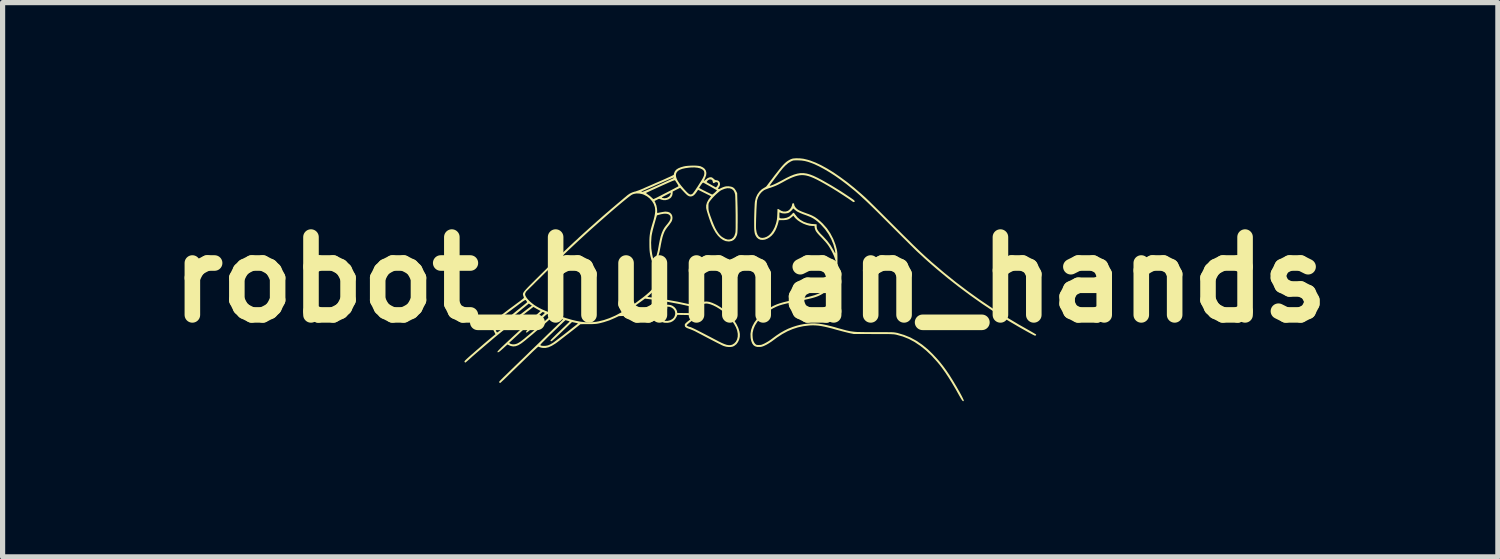
<source format=kicad_pcb>
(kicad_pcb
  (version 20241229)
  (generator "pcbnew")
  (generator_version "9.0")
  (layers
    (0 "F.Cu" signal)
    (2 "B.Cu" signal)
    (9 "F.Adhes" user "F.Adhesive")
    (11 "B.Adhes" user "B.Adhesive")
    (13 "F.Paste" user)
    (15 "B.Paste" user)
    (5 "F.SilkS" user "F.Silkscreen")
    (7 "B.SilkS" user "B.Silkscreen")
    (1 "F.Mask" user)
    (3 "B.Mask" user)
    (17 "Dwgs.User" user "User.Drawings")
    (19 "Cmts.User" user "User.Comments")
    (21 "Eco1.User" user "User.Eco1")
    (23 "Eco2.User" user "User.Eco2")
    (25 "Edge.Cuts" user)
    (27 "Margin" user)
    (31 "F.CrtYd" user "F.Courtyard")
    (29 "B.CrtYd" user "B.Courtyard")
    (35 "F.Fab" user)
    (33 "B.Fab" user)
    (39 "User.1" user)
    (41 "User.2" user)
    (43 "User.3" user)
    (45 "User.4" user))
  (footprint "robot_human_hands"
    (layer "F.Cu")
    (at 11.407 2.34)
    (property "Reference" "robot_human_hands" (at 0 0 0) (layer "F.SilkS") (effects (font (size 1.5 1.5) (thickness 0.3))))
    (attr board_only exclude_from_pos_files exclude_from_bom)
    (fp_poly (pts (xy 0.952 -2.339) (xy 1.024 -2.331) (xy 1.1 -2.313) (xy 1.155 -2.297) (xy 1.259 -2.257) (xy 1.369 -2.205) (xy 1.485 -2.141) (xy 1.607 -2.066) (xy 1.733 -1.979) (xy 1.865 -1.882) (xy 2 -1.774) (xy 2.139 -1.655) (xy 2.215 -1.587) (xy 2.233 -1.57) (xy 2.261 -1.543) (xy 2.297 -1.509) (xy 2.34 -1.466) (xy 2.389 -1.418) (xy 2.444 -1.363) (xy 2.503 -1.305) (xy 2.565 -1.243) (xy 2.629 -1.179) (xy 2.695 -1.113) (xy 2.696 -1.112) (xy 2.79 -1.018) (xy 2.875 -0.933) (xy 2.952 -0.856) (xy 3.021 -0.788) (xy 3.083 -0.727) (xy 3.139 -0.671) (xy 3.191 -0.621) (xy 3.239 -0.575) (xy 3.283 -0.533) (xy 3.325 -0.494) (xy 3.366 -0.456) (xy 3.407 -0.419) (xy 3.448 -0.383) (xy 3.49 -0.345) (xy 3.519 -0.32) (xy 3.74 -0.132) (xy 3.964 0.048) (xy 4.191 0.22) (xy 4.424 0.387) (xy 4.664 0.549) (xy 4.913 0.707) (xy 5.174 0.863) (xy 5.431 1.009) (xy 5.46 1.026) (xy 5.485 1.041) (xy 5.502 1.051) (xy 5.509 1.056) (xy 5.509 1.067) (xy 5.5 1.076) (xy 5.485 1.077) (xy 5.483 1.077) (xy 5.469 1.071) (xy 5.445 1.059) (xy 5.411 1.041) (xy 5.369 1.018) (xy 5.32 0.991) (xy 5.267 0.961) (xy 5.21 0.929) (xy 5.151 0.895) (xy 5.092 0.86) (xy 5.033 0.826) (xy 4.978 0.793) (xy 4.93 0.764) (xy 4.699 0.618) (xy 4.469 0.464) (xy 4.241 0.303) (xy 4.018 0.137) (xy 3.803 -0.032) (xy 3.599 -0.201) (xy 3.54 -0.252) (xy 3.512 -0.276) (xy 3.483 -0.301) (xy 3.459 -0.322) (xy 3.449 -0.331) (xy 3.427 -0.35) (xy 3.396 -0.378) (xy 3.358 -0.412) (xy 3.315 -0.452) (xy 3.267 -0.496) (xy 3.218 -0.541) (xy 3.205 -0.553) (xy 3.19 -0.568) (xy 3.165 -0.592) (xy 3.132 -0.625) (xy 3.091 -0.665) (xy 3.044 -0.712) (xy 2.991 -0.765) (xy 2.933 -0.822) (xy 2.871 -0.884) (xy 2.807 -0.948) (xy 2.74 -1.015) (xy 2.716 -1.039) (xy 2.621 -1.134) (xy 2.535 -1.22) (xy 2.457 -1.298) (xy 2.387 -1.367) (xy 2.323 -1.429) (xy 2.265 -1.485) (xy 2.212 -1.535) (xy 2.163 -1.58) (xy 2.118 -1.622) (xy 2.075 -1.66) (xy 2.033 -1.697) (xy 1.991 -1.732) (xy 1.972 -1.747) (xy 1.859 -1.838) (xy 1.746 -1.923) (xy 1.634 -2.002) (xy 1.525 -2.072) (xy 1.42 -2.134) (xy 1.32 -2.187) (xy 1.227 -2.23) (xy 1.181 -2.248) (xy 1.112 -2.272) (xy 1.049 -2.288) (xy 0.987 -2.297) (xy 0.923 -2.3) (xy 0.911 -2.3) (xy 0.875 -2.3) (xy 0.848 -2.299) (xy 0.828 -2.297) (xy 0.811 -2.291) (xy 0.792 -2.283) (xy 0.778 -2.276) (xy 0.733 -2.248) (xy 0.684 -2.207) (xy 0.632 -2.153) (xy 0.577 -2.086) (xy 0.567 -2.073) (xy 0.52 -2.01) (xy 0.48 -1.958) (xy 0.448 -1.915) (xy 0.423 -1.882) (xy 0.404 -1.856) (xy 0.39 -1.837) (xy 0.381 -1.824) (xy 0.376 -1.815) (xy 0.374 -1.812) (xy 0.375 -1.811) (xy 0.385 -1.81) (xy 0.405 -1.816) (xy 0.435 -1.827) (xy 0.472 -1.843) (xy 0.514 -1.863) (xy 0.559 -1.886) (xy 0.606 -1.911) (xy 0.613 -1.915) (xy 0.698 -1.961) (xy 0.775 -1.998) (xy 0.844 -2.026) (xy 0.908 -2.044) (xy 0.969 -2.054) (xy 1.029 -2.054) (xy 1.09 -2.045) (xy 1.154 -2.027) (xy 1.223 -2) (xy 1.3 -1.963) (xy 1.382 -1.92) (xy 1.571 -1.812) (xy 1.759 -1.696) (xy 1.845 -1.639) (xy 1.894 -1.606) (xy 1.933 -1.58) (xy 1.962 -1.56) (xy 1.983 -1.545) (xy 1.997 -1.534) (xy 2.006 -1.525) (xy 2.011 -1.519) (xy 2.012 -1.513) (xy 2.013 -1.508) (xy 2.008 -1.498) (xy 1.994 -1.496) (xy 1.976 -1.503) (xy 1.968 -1.509) (xy 1.95 -1.522) (xy 1.921 -1.542) (xy 1.885 -1.567) (xy 1.842 -1.595) (xy 1.797 -1.625) (xy 1.75 -1.655) (xy 1.704 -1.685) (xy 1.662 -1.712) (xy 1.624 -1.735) (xy 1.604 -1.748) (xy 1.508 -1.805) (xy 1.423 -1.854) (xy 1.347 -1.896) (xy 1.28 -1.931) (xy 1.221 -1.959) (xy 1.167 -1.981) (xy 1.12 -1.997) (xy 1.076 -2.008) (xy 1.036 -2.014) (xy 0.997 -2.016) (xy 0.96 -2.013) (xy 0.948 -2.012) (xy 0.908 -2.004) (xy 0.865 -1.992) (xy 0.819 -1.975) (xy 0.766 -1.952) (xy 0.705 -1.922) (xy 0.635 -1.884) (xy 0.632 -1.882) (xy 0.578 -1.853) (xy 0.534 -1.83) (xy 0.495 -1.812) (xy 0.458 -1.797) (xy 0.42 -1.783) (xy 0.397 -1.775) (xy 0.358 -1.763) (xy 0.322 -1.749) (xy 0.291 -1.737) (xy 0.27 -1.727) (xy 0.267 -1.726) (xy 0.222 -1.691) (xy 0.184 -1.646) (xy 0.153 -1.591) (xy 0.133 -1.532) (xy 0.131 -1.514) (xy 0.128 -1.484) (xy 0.125 -1.444) (xy 0.122 -1.395) (xy 0.119 -1.341) (xy 0.117 -1.284) (xy 0.115 -1.225) (xy 0.113 -1.167) (xy 0.112 -1.112) (xy 0.111 -1.063) (xy 0.111 -1.021) (xy 0.112 -0.99) (xy 0.113 -0.974) (xy 0.123 -0.914) (xy 0.14 -0.867) (xy 0.163 -0.833) (xy 0.193 -0.812) (xy 0.229 -0.805) (xy 0.271 -0.81) (xy 0.317 -0.827) (xy 0.361 -0.855) (xy 0.402 -0.896) (xy 0.439 -0.949) (xy 0.471 -1.011) (xy 0.496 -1.081) (xy 0.501 -1.1) (xy 0.507 -1.124) (xy 0.512 -1.147) (xy 0.515 -1.17) (xy 0.518 -1.197) (xy 0.52 -1.229) (xy 0.521 -1.244) (xy 0.562 -1.244) (xy 0.562 -1.216) (xy 0.563 -1.199) (xy 0.567 -1.19) (xy 0.574 -1.186) (xy 0.58 -1.184) (xy 0.597 -1.182) (xy 0.623 -1.182) (xy 0.649 -1.183) (xy 0.704 -1.194) (xy 0.753 -1.217) (xy 0.794 -1.252) (xy 0.8 -1.26) (xy 0.816 -1.277) (xy 0.829 -1.288) (xy 0.835 -1.291) (xy 0.844 -1.285) (xy 0.857 -1.27) (xy 0.868 -1.254) (xy 0.911 -1.2) (xy 0.965 -1.154) (xy 1.029 -1.117) (xy 1.1 -1.091) (xy 1.176 -1.075) (xy 1.207 -1.073) (xy 1.279 -1.068) (xy 1.28 -1.028) (xy 1.282 -1.003) (xy 1.288 -0.979) (xy 1.299 -0.956) (xy 1.317 -0.93) (xy 1.342 -0.899) (xy 1.377 -0.863) (xy 1.403 -0.837) (xy 1.482 -0.751) (xy 1.548 -0.664) (xy 1.601 -0.574) (xy 1.613 -0.552) (xy 1.624 -0.53) (xy 1.634 -0.515) (xy 1.639 -0.509) (xy 1.639 -0.51) (xy 1.639 -0.52) (xy 1.636 -0.541) (xy 1.632 -0.568) (xy 1.63 -0.578) (xy 1.602 -0.682) (xy 1.56 -0.784) (xy 1.506 -0.882) (xy 1.441 -0.974) (xy 1.365 -1.059) (xy 1.348 -1.076) (xy 1.3 -1.119) (xy 1.257 -1.153) (xy 1.214 -1.181) (xy 1.167 -1.206) (xy 1.112 -1.228) (xy 1.076 -1.242) (xy 1.017 -1.263) (xy 0.971 -1.282) (xy 0.934 -1.299) (xy 0.904 -1.314) (xy 0.88 -1.331) (xy 0.858 -1.349) (xy 0.856 -1.351) (xy 0.839 -1.365) (xy 0.828 -1.373) (xy 0.824 -1.373) (xy 0.819 -1.361) (xy 0.805 -1.343) (xy 0.786 -1.324) (xy 0.765 -1.306) (xy 0.746 -1.293) (xy 0.741 -1.29) (xy 0.714 -1.282) (xy 0.68 -1.277) (xy 0.646 -1.277) (xy 0.614 -1.28) (xy 0.591 -1.287) (xy 0.591 -1.287) (xy 0.576 -1.295) (xy 0.567 -1.298) (xy 0.564 -1.291) (xy 0.562 -1.274) (xy 0.562 -1.249) (xy 0.562 -1.244) (xy 0.521 -1.244) (xy 0.522 -1.269) (xy 0.524 -1.32) (xy 0.525 -1.358) (xy 0.53 -1.364) (xy 0.543 -1.361) (xy 0.561 -1.351) (xy 0.566 -1.347) (xy 0.605 -1.324) (xy 0.646 -1.313) (xy 0.688 -1.314) (xy 0.727 -1.327) (xy 0.732 -1.33) (xy 0.763 -1.356) (xy 0.788 -1.39) (xy 0.804 -1.428) (xy 0.806 -1.441) (xy 0.81 -1.461) (xy 0.817 -1.471) (xy 0.827 -1.473) (xy 0.829 -1.473) (xy 0.842 -1.47) (xy 0.846 -1.458) (xy 0.846 -1.454) (xy 0.852 -1.427) (xy 0.868 -1.398) (xy 0.892 -1.371) (xy 0.917 -1.351) (xy 0.934 -1.34) (xy 0.955 -1.33) (xy 0.979 -1.319) (xy 1.011 -1.306) (xy 1.051 -1.291) (xy 1.102 -1.272) (xy 1.129 -1.263) (xy 1.189 -1.238) (xy 1.245 -1.208) (xy 1.299 -1.17) (xy 1.354 -1.123) (xy 1.397 -1.082) (xy 1.477 -0.992) (xy 1.544 -0.893) (xy 1.6 -0.786) (xy 1.644 -0.672) (xy 1.667 -0.587) (xy 1.672 -0.562) (xy 1.676 -0.536) (xy 1.679 -0.505) (xy 1.68 -0.468) (xy 1.681 -0.42) (xy 1.681 -0.383) (xy 1.681 -0.331) (xy 1.68 -0.291) (xy 1.679 -0.26) (xy 1.676 -0.234) (xy 1.673 -0.21) (xy 1.667 -0.185) (xy 1.661 -0.16) (xy 1.63 -0.055) (xy 1.591 0.038) (xy 1.547 0.119) (xy 1.496 0.186) (xy 1.438 0.241) (xy 1.388 0.275) (xy 1.362 0.29) (xy 1.336 0.303) (xy 1.31 0.315) (xy 1.282 0.326) (xy 1.25 0.337) (xy 1.214 0.348) (xy 1.172 0.359) (xy 1.122 0.371) (xy 1.064 0.384) (xy 0.996 0.398) (xy 0.917 0.414) (xy 0.825 0.432) (xy 0.784 0.441) (xy 0.698 0.459) (xy 0.623 0.478) (xy 0.557 0.498) (xy 0.498 0.522) (xy 0.443 0.549) (xy 0.388 0.582) (xy 0.335 0.618) (xy 0.256 0.68) (xy 0.189 0.746) (xy 0.134 0.814) (xy 0.091 0.883) (xy 0.062 0.953) (xy 0.046 1.023) (xy 0.044 1.065) (xy 0.048 1.126) (xy 0.059 1.176) (xy 0.079 1.215) (xy 0.091 1.231) (xy 0.105 1.245) (xy 0.117 1.253) (xy 0.132 1.257) (xy 0.155 1.258) (xy 0.166 1.258) (xy 0.191 1.257) (xy 0.211 1.255) (xy 0.231 1.248) (xy 0.256 1.238) (xy 0.285 1.224) (xy 0.322 1.203) (xy 0.363 1.178) (xy 0.402 1.151) (xy 0.419 1.138) (xy 0.503 1.076) (xy 0.581 1.024) (xy 0.657 0.981) (xy 0.732 0.944) (xy 0.812 0.913) (xy 0.838 0.904) (xy 0.903 0.884) (xy 0.963 0.869) (xy 1.023 0.857) (xy 1.091 0.848) (xy 1.112 0.845) (xy 1.179 0.841) (xy 1.247 0.841) (xy 1.319 0.847) (xy 1.397 0.859) (xy 1.482 0.877) (xy 1.578 0.901) (xy 1.63 0.915) (xy 1.698 0.935) (xy 1.757 0.951) (xy 1.808 0.965) (xy 1.853 0.977) (xy 1.894 0.986) (xy 1.933 0.994) (xy 1.971 0.999) (xy 2.011 1.004) (xy 2.055 1.007) (xy 2.103 1.008) (xy 2.159 1.009) (xy 2.223 1.01) (xy 2.299 1.01) (xy 2.387 1.01) (xy 2.392 1.01) (xy 2.476 1.01) (xy 2.547 1.01) (xy 2.605 1.01) (xy 2.654 1.011) (xy 2.694 1.011) (xy 2.726 1.012) (xy 2.751 1.013) (xy 2.772 1.015) (xy 2.79 1.017) (xy 2.806 1.02) (xy 2.821 1.023) (xy 2.837 1.026) (xy 2.837 1.026) (xy 2.964 1.064) (xy 3.085 1.113) (xy 3.201 1.176) (xy 3.313 1.252) (xy 3.421 1.341) (xy 3.437 1.356) (xy 3.511 1.428) (xy 3.58 1.501) (xy 3.647 1.577) (xy 3.711 1.657) (xy 3.775 1.744) (xy 3.839 1.838) (xy 3.904 1.942) (xy 3.972 2.056) (xy 4.044 2.182) (xy 4.05 2.194) (xy 4.071 2.233) (xy 4.089 2.268) (xy 4.103 2.298) (xy 4.113 2.319) (xy 4.116 2.33) (xy 4.115 2.33) (xy 4.109 2.34) (xy 4.101 2.341) (xy 4.091 2.333) (xy 4.076 2.314) (xy 4.057 2.284) (xy 4.033 2.242) (xy 4.026 2.23) (xy 3.955 2.103) (xy 3.888 1.99) (xy 3.824 1.887) (xy 3.763 1.794) (xy 3.704 1.711) (xy 3.645 1.634) (xy 3.599 1.579) (xy 3.494 1.463) (xy 3.387 1.362) (xy 3.278 1.275) (xy 3.168 1.201) (xy 3.056 1.141) (xy 2.941 1.095) (xy 2.823 1.062) (xy 2.814 1.06) (xy 2.799 1.057) (xy 2.782 1.054) (xy 2.763 1.052) (xy 2.74 1.051) (xy 2.712 1.049) (xy 2.677 1.048) (xy 2.634 1.048) (xy 2.582 1.047) (xy 2.519 1.047) (xy 2.443 1.047) (xy 2.374 1.047) (xy 1.995 1.046) (xy 1.903 1.027) (xy 1.866 1.018) (xy 1.819 1.006) (xy 1.767 0.993) (xy 1.713 0.978) (xy 1.67 0.967) (xy 1.579 0.941) (xy 1.499 0.921) (xy 1.43 0.905) (xy 1.367 0.893) (xy 1.311 0.885) (xy 1.258 0.881) (xy 1.207 0.879) (xy 1.156 0.881) (xy 1.131 0.883) (xy 1.022 0.896) (xy 0.918 0.919) (xy 0.818 0.951) (xy 0.719 0.993) (xy 0.619 1.047) (xy 0.518 1.113) (xy 0.434 1.175) (xy 0.398 1.2) (xy 0.357 1.227) (xy 0.318 1.25) (xy 0.3 1.259) (xy 0.265 1.276) (xy 0.238 1.286) (xy 0.214 1.293) (xy 0.187 1.296) (xy 0.18 1.296) (xy 0.132 1.295) (xy 0.093 1.283) (xy 0.062 1.261) (xy 0.038 1.227) (xy 0.02 1.181) (xy 0.008 1.122) (xy 0.008 1.118) (xy 0.005 1.045) (xy 0.016 0.971) (xy 0.041 0.898) (xy 0.08 0.825) (xy 0.132 0.754) (xy 0.196 0.685) (xy 0.267 0.623) (xy 0.317 0.584) (xy 0.365 0.551) (xy 0.412 0.522) (xy 0.461 0.497) (xy 0.513 0.475) (xy 0.57 0.455) (xy 0.634 0.436) (xy 0.707 0.418) (xy 0.791 0.399) (xy 0.888 0.381) (xy 0.893 0.38) (xy 0.999 0.359) (xy 1.091 0.339) (xy 1.171 0.318) (xy 1.24 0.298) (xy 1.3 0.276) (xy 1.351 0.253) (xy 1.394 0.227) (xy 1.431 0.2) (xy 1.464 0.169) (xy 1.492 0.135) (xy 1.502 0.12) (xy 1.533 0.07) (xy 1.562 0.009) (xy 1.588 -0.058) (xy 1.611 -0.128) (xy 1.63 -0.198) (xy 1.642 -0.263) (xy 1.648 -0.321) (xy 1.648 -0.332) (xy 1.644 -0.365) (xy 1.632 -0.407) (xy 1.614 -0.456) (xy 1.59 -0.509) (xy 1.562 -0.564) (xy 1.531 -0.618) (xy 1.502 -0.663) (xy 1.482 -0.69) (xy 1.454 -0.724) (xy 1.421 -0.761) (xy 1.387 -0.798) (xy 1.369 -0.817) (xy 1.328 -0.859) (xy 1.297 -0.894) (xy 1.274 -0.923) (xy 1.259 -0.949) (xy 1.249 -0.974) (xy 1.243 -0.999) (xy 1.242 -1.003) (xy 1.238 -1.036) (xy 1.197 -1.036) (xy 1.141 -1.041) (xy 1.082 -1.057) (xy 1.022 -1.08) (xy 0.965 -1.111) (xy 0.913 -1.146) (xy 0.87 -1.185) (xy 0.844 -1.217) (xy 0.832 -1.234) (xy 0.801 -1.208) (xy 0.768 -1.182) (xy 0.738 -1.165) (xy 0.704 -1.154) (xy 0.665 -1.149) (xy 0.627 -1.148) (xy 0.551 -1.147) (xy 0.545 -1.118) (xy 0.531 -1.066) (xy 0.511 -1.009) (xy 0.487 -0.954) (xy 0.482 -0.945) (xy 0.451 -0.894) (xy 0.413 -0.85) (xy 0.372 -0.816) (xy 0.328 -0.79) (xy 0.284 -0.773) (xy 0.24 -0.767) (xy 0.199 -0.77) (xy 0.162 -0.785) (xy 0.13 -0.811) (xy 0.115 -0.832) (xy 0.104 -0.851) (xy 0.095 -0.87) (xy 0.088 -0.892) (xy 0.083 -0.918) (xy 0.079 -0.949) (xy 0.077 -0.987) (xy 0.076 -1.033) (xy 0.076 -1.09) (xy 0.076 -1.159) (xy 0.077 -1.211) (xy 0.079 -1.285) (xy 0.081 -1.351) (xy 0.084 -1.41) (xy 0.086 -1.457) (xy 0.089 -1.493) (xy 0.092 -1.513) (xy 0.109 -1.581) (xy 0.138 -1.643) (xy 0.177 -1.698) (xy 0.224 -1.743) (xy 0.264 -1.768) (xy 0.286 -1.781) (xy 0.303 -1.792) (xy 0.31 -1.798) (xy 0.316 -1.806) (xy 0.33 -1.824) (xy 0.35 -1.851) (xy 0.374 -1.883) (xy 0.402 -1.92) (xy 0.416 -1.937) (xy 0.471 -2.011) (xy 0.52 -2.073) (xy 0.562 -2.126) (xy 0.598 -2.17) (xy 0.63 -2.207) (xy 0.659 -2.237) (xy 0.685 -2.261) (xy 0.709 -2.28) (xy 0.733 -2.296) (xy 0.758 -2.31) (xy 0.765 -2.314) (xy 0.791 -2.325) (xy 0.814 -2.333) (xy 0.84 -2.337) (xy 0.874 -2.339) (xy 0.88 -2.34)) (stroke (width 0) (type solid)) (fill yes) (layer "F.SilkS"))
    (fp_poly (pts (xy -1.042 -2.198) (xy -0.999 -2.194) (xy -0.965 -2.188) (xy -0.958 -2.186) (xy -0.91 -2.163) (xy -0.875 -2.134) (xy -0.854 -2.099) (xy -0.845 -2.058) (xy -0.85 -2.012) (xy -0.869 -1.962) (xy -0.87 -1.959) (xy -0.881 -1.935) (xy -0.888 -1.916) (xy -0.889 -1.907) (xy -0.888 -1.906) (xy -0.88 -1.909) (xy -0.866 -1.92) (xy -0.853 -1.932) (xy -0.823 -1.956) (xy -0.79 -1.971) (xy -0.758 -1.975) (xy -0.747 -1.973) (xy -0.729 -1.965) (xy -0.709 -1.949) (xy -0.703 -1.943) (xy -0.683 -1.926) (xy -0.663 -1.918) (xy -0.655 -1.918) (xy -0.624 -1.912) (xy -0.602 -1.896) (xy -0.587 -1.872) (xy -0.582 -1.843) (xy -0.587 -1.813) (xy -0.603 -1.784) (xy -0.609 -1.777) (xy -0.62 -1.764) (xy -0.621 -1.757) (xy -0.614 -1.751) (xy -0.613 -1.751) (xy -0.597 -1.748) (xy -0.585 -1.754) (xy -0.57 -1.762) (xy -0.547 -1.773) (xy -0.52 -1.784) (xy -0.52 -1.784) (xy -0.49 -1.794) (xy -0.465 -1.799) (xy -0.437 -1.8) (xy -0.414 -1.8) (xy -0.367 -1.793) (xy -0.331 -1.779) (xy -0.303 -1.755) (xy -0.279 -1.72) (xy -0.274 -1.711) (xy -0.252 -1.668) (xy -0.246 -1.459) (xy -0.244 -1.392) (xy -0.243 -1.319) (xy -0.242 -1.242) (xy -0.242 -1.169) (xy -0.242 -1.102) (xy -0.243 -1.068) (xy -0.243 -1.011) (xy -0.244 -0.967) (xy -0.246 -0.933) (xy -0.247 -0.907) (xy -0.25 -0.887) (xy -0.253 -0.872) (xy -0.257 -0.858) (xy -0.262 -0.846) (xy -0.286 -0.8) (xy -0.318 -0.767) (xy -0.357 -0.746) (xy -0.405 -0.737) (xy -0.419 -0.737) (xy -0.472 -0.744) (xy -0.523 -0.765) (xy -0.573 -0.8) (xy -0.621 -0.847) (xy -0.667 -0.908) (xy -0.709 -0.981) (xy -0.742 -1.05) (xy -0.757 -1.088) (xy -0.774 -1.133) (xy -0.791 -1.182) (xy -0.807 -1.231) (xy -0.822 -1.279) (xy -0.835 -1.322) (xy -0.844 -1.357) (xy -0.849 -1.382) (xy -0.849 -1.383) (xy -0.849 -1.411) (xy -0.805 -1.411) (xy -0.805 -1.401) (xy -0.805 -1.374) (xy -0.803 -1.351) (xy -0.8 -1.329) (xy -0.794 -1.305) (xy -0.784 -1.276) (xy -0.771 -1.237) (xy -0.764 -1.218) (xy -0.732 -1.131) (xy -0.702 -1.056) (xy -0.674 -0.994) (xy -0.645 -0.942) (xy -0.617 -0.899) (xy -0.588 -0.863) (xy -0.557 -0.834) (xy -0.53 -0.815) (xy -0.481 -0.788) (xy -0.436 -0.774) (xy -0.395 -0.775) (xy -0.356 -0.788) (xy -0.354 -0.79) (xy -0.325 -0.814) (xy -0.303 -0.851) (xy -0.288 -0.898) (xy -0.284 -0.92) (xy -0.283 -0.938) (xy -0.282 -0.969) (xy -0.281 -1.01) (xy -0.281 -1.061) (xy -0.281 -1.118) (xy -0.281 -1.18) (xy -0.281 -1.245) (xy -0.282 -1.312) (xy -0.283 -1.377) (xy -0.284 -1.44) (xy -0.285 -1.498) (xy -0.287 -1.55) (xy -0.288 -1.593) (xy -0.29 -1.626) (xy -0.292 -1.646) (xy -0.292 -1.648) (xy -0.306 -1.692) (xy -0.328 -1.727) (xy -0.36 -1.75) (xy -0.398 -1.762) (xy -0.443 -1.763) (xy -0.493 -1.752) (xy -0.548 -1.73) (xy -0.569 -1.719) (xy -0.593 -1.702) (xy -0.624 -1.676) (xy -0.659 -1.645) (xy -0.694 -1.61) (xy -0.727 -1.575) (xy -0.756 -1.541) (xy -0.778 -1.513) (xy -0.778 -1.512) (xy -0.791 -1.492) (xy -0.799 -1.477) (xy -0.803 -1.461) (xy -0.805 -1.441) (xy -0.805 -1.411) (xy -0.849 -1.411) (xy -0.849 -1.434) (xy -0.834 -1.486) (xy -0.806 -1.539) (xy -0.792 -1.559) (xy -0.754 -1.609) (xy -0.88 -1.671) (xy -1.005 -1.733) (xy -1.037 -1.685) (xy -1.066 -1.647) (xy -1.094 -1.622) (xy -1.122 -1.608) (xy -1.148 -1.604) (xy -1.168 -1.606) (xy -1.187 -1.612) (xy -1.207 -1.624) (xy -1.23 -1.643) (xy -1.258 -1.671) (xy -1.287 -1.702) (xy -1.351 -1.771) (xy -1.423 -1.735) (xy -1.495 -1.698) (xy -1.495 -1.669) (xy -1.502 -1.627) (xy -1.521 -1.591) (xy -1.542 -1.57) (xy -1.582 -1.546) (xy -1.627 -1.534) (xy -1.675 -1.534) (xy -1.721 -1.546) (xy -1.729 -1.55) (xy -1.743 -1.556) (xy -1.755 -1.558) (xy -1.768 -1.555) (xy -1.787 -1.546) (xy -1.8 -1.539) (xy -1.845 -1.517) (xy -1.831 -1.489) (xy -1.808 -1.429) (xy -1.796 -1.365) (xy -1.794 -1.332) (xy -1.794 -1.306) (xy -1.792 -1.291) (xy -1.789 -1.285) (xy -1.782 -1.286) (xy -1.778 -1.287) (xy -1.756 -1.292) (xy -1.726 -1.298) (xy -1.694 -1.304) (xy -1.663 -1.309) (xy -1.639 -1.312) (xy -1.63 -1.312) (xy -1.584 -1.307) (xy -1.547 -1.291) (xy -1.52 -1.265) (xy -1.503 -1.231) (xy -1.498 -1.191) (xy -1.502 -1.162) (xy -1.506 -1.146) (xy -1.512 -1.13) (xy -1.521 -1.113) (xy -1.535 -1.093) (xy -1.554 -1.066) (xy -1.581 -1.032) (xy -1.604 -1.003) (xy -1.629 -0.967) (xy -1.652 -0.926) (xy -1.672 -0.877) (xy -1.69 -0.82) (xy -1.706 -0.753) (xy -1.722 -0.674) (xy -1.728 -0.638) (xy -1.747 -0.541) (xy -1.769 -0.457) (xy -1.793 -0.387) (xy -1.808 -0.355) (xy -1.835 -0.297) (xy -1.811 -0.221) (xy -1.793 -0.157) (xy -1.78 -0.104) (xy -1.774 -0.057) (xy -1.773 -0.014) (xy -1.774 0.003) (xy -1.785 0.068) (xy -1.808 0.13) (xy -1.844 0.188) (xy -1.892 0.246) (xy -1.926 0.279) (xy -1.984 0.332) (xy -1.887 0.344) (xy -1.641 0.38) (xy -1.397 0.424) (xy -1.153 0.476) (xy -1.099 0.488) (xy -1.058 0.497) (xy -1.028 0.503) (xy -1.007 0.506) (xy -0.994 0.507) (xy -0.987 0.505) (xy -0.986 0.503) (xy -0.979 0.492) (xy -0.965 0.476) (xy -0.952 0.462) (xy -0.92 0.437) (xy -0.882 0.423) (xy -0.839 0.42) (xy -0.789 0.427) (xy -0.732 0.446) (xy -0.666 0.476) (xy -0.632 0.494) (xy -0.571 0.531) (xy -0.516 0.57) (xy -0.461 0.616) (xy -0.438 0.638) (xy -0.37 0.709) (xy -0.312 0.782) (xy -0.265 0.856) (xy -0.23 0.929) (xy -0.208 0.999) (xy -0.2 1.045) (xy -0.201 1.099) (xy -0.213 1.151) (xy -0.235 1.199) (xy -0.265 1.241) (xy -0.303 1.272) (xy -0.334 1.288) (xy -0.371 1.296) (xy -0.416 1.297) (xy -0.464 1.291) (xy -0.51 1.278) (xy -0.525 1.272) (xy -0.549 1.261) (xy -0.584 1.243) (xy -0.632 1.219) (xy -0.69 1.189) (xy -0.758 1.154) (xy -0.835 1.114) (xy -0.922 1.068) (xy -1.016 1.019) (xy -1.04 1.006) (xy -1.077 0.987) (xy -1.119 0.969) (xy -1.159 0.953) (xy -1.17 0.949) (xy -1.209 0.935) (xy -1.235 0.922) (xy -1.251 0.909) (xy -1.259 0.895) (xy -1.261 0.879) (xy -1.261 0.879) (xy -1.225 0.879) (xy -1.219 0.887) (xy -1.204 0.896) (xy -1.184 0.905) (xy -1.165 0.91) (xy -1.156 0.912) (xy -1.145 0.915) (xy -1.123 0.925) (xy -1.09 0.94) (xy -1.047 0.961) (xy -0.996 0.987) (xy -0.937 1.017) (xy -0.872 1.051) (xy -0.824 1.076) (xy -0.778 1.1) (xy -0.728 1.126) (xy -0.679 1.152) (xy -0.636 1.174) (xy -0.616 1.185) (xy -0.552 1.217) (xy -0.499 1.24) (xy -0.453 1.255) (xy -0.414 1.261) (xy -0.381 1.261) (xy -0.351 1.253) (xy -0.347 1.252) (xy -0.307 1.227) (xy -0.275 1.192) (xy -0.253 1.149) (xy -0.241 1.099) (xy -0.24 1.043) (xy -0.251 0.984) (xy -0.255 0.969) (xy -0.276 0.915) (xy -0.309 0.856) (xy -0.35 0.794) (xy -0.4 0.732) (xy -0.437 0.69) (xy -0.485 0.644) (xy -0.539 0.599) (xy -0.597 0.559) (xy -0.655 0.524) (xy -0.713 0.495) (xy -0.767 0.474) (xy -0.815 0.462) (xy -0.843 0.459) (xy -0.874 0.461) (xy -0.899 0.469) (xy -0.92 0.483) (xy -0.939 0.505) (xy -0.957 0.539) (xy -0.977 0.584) (xy -0.981 0.594) (xy -1.007 0.65) (xy -1.039 0.7) (xy -1.079 0.747) (xy -1.13 0.795) (xy -1.167 0.824) (xy -1.191 0.844) (xy -1.211 0.862) (xy -1.223 0.874) (xy -1.225 0.879) (xy -1.261 0.879) (xy -1.261 0.866) (xy -1.257 0.855) (xy -1.249 0.844) (xy -1.235 0.83) (xy -1.213 0.811) (xy -1.181 0.786) (xy -1.141 0.754) (xy -1.111 0.728) (xy -1.091 0.707) (xy -1.081 0.693) (xy -1.082 0.688) (xy -1.09 0.687) (xy -1.111 0.685) (xy -1.142 0.683) (xy -1.181 0.682) (xy -1.226 0.68) (xy -1.245 0.68) (xy -1.404 0.677) (xy -1.42 0.713) (xy -1.449 0.76) (xy -1.486 0.795) (xy -1.531 0.819) (xy -1.585 0.83) (xy -1.61 0.831) (xy -1.655 0.829) (xy -1.691 0.819) (xy -1.725 0.801) (xy -1.74 0.79) (xy -1.763 0.766) (xy -1.782 0.737) (xy -1.792 0.707) (xy -1.794 0.694) (xy -1.794 0.676) (xy -1.956 0.681) (xy -2.01 0.683) (xy -2.075 0.685) (xy -2.145 0.687) (xy -2.217 0.69) (xy -2.286 0.692) (xy -2.326 0.694) (xy -2.533 0.702) (xy -2.607 0.737) (xy -2.714 0.783) (xy -2.821 0.818) (xy -2.895 0.837) (xy -2.926 0.844) (xy -2.954 0.849) (xy -2.982 0.852) (xy -3.012 0.854) (xy -3.049 0.856) (xy -3.096 0.856) (xy -3.125 0.856) (xy -3.271 0.857) (xy -3.434 0.985) (xy -3.498 1.035) (xy -3.552 1.076) (xy -3.596 1.111) (xy -3.633 1.139) (xy -3.662 1.162) (xy -3.686 1.18) (xy -3.705 1.195) (xy -3.72 1.206) (xy -3.733 1.216) (xy -3.745 1.224) (xy -3.756 1.232) (xy -3.758 1.233) (xy -3.825 1.274) (xy -3.888 1.302) (xy -3.946 1.315) (xy -4.001 1.314) (xy -4.01 1.313) (xy -4.035 1.307) (xy -4.055 1.301) (xy -4.063 1.298) (xy -4.078 1.292) (xy -4.087 1.292) (xy -4.094 1.298) (xy -4.111 1.312) (xy -4.135 1.335) (xy -4.167 1.364) (xy -4.204 1.399) (xy -4.245 1.439) (xy -4.29 1.483) (xy -4.303 1.495) (xy -4.349 1.54) (xy -4.392 1.582) (xy -4.432 1.621) (xy -4.467 1.654) (xy -4.495 1.681) (xy -4.515 1.701) (xy -4.527 1.712) (xy -4.528 1.713) (xy -4.538 1.723) (xy -4.557 1.741) (xy -4.584 1.767) (xy -4.615 1.797) (xy -4.651 1.832) (xy -4.68 1.861) (xy -4.716 1.896) (xy -4.749 1.928) (xy -4.778 1.954) (xy -4.8 1.975) (xy -4.814 1.987) (xy -4.819 1.991) (xy -4.829 1.986) (xy -4.836 1.979) (xy -4.838 1.977) (xy -4.839 1.975) (xy -4.84 1.973) (xy -4.839 1.97) (xy -4.836 1.964) (xy -4.83 1.957) (xy -4.82 1.946) (xy -4.806 1.931) (xy -4.787 1.912) (xy -4.762 1.887) (xy -4.731 1.857) (xy -4.693 1.82) (xy -4.648 1.776) (xy -4.594 1.723) (xy -4.531 1.662) (xy -4.458 1.592) (xy -4.441 1.575) (xy -4.383 1.52) (xy -4.318 1.457) (xy -4.249 1.389) (xy -4.177 1.32) (xy -4.116 1.261) (xy -4.044 1.261) (xy -4.042 1.264) (xy -4.039 1.266) (xy -4.018 1.273) (xy -3.987 1.275) (xy -3.952 1.275) (xy -3.917 1.27) (xy -3.896 1.265) (xy -3.873 1.256) (xy -3.843 1.241) (xy -3.812 1.223) (xy -3.805 1.219) (xy -3.788 1.207) (xy -3.762 1.188) (xy -3.73 1.164) (xy -3.692 1.135) (xy -3.65 1.103) (xy -3.605 1.069) (xy -3.559 1.033) (xy -3.514 0.998) (xy -3.47 0.963) (xy -3.429 0.931) (xy -3.392 0.902) (xy -3.362 0.878) (xy -3.338 0.859) (xy -3.324 0.846) (xy -3.32 0.842) (xy -3.328 0.839) (xy -3.347 0.834) (xy -3.372 0.829) (xy -3.379 0.827) (xy -3.435 0.816) (xy -3.59 0.965) (xy -3.646 1.019) (xy -3.693 1.064) (xy -3.731 1.1) (xy -3.762 1.129) (xy -3.786 1.15) (xy -3.804 1.166) (xy -3.817 1.177) (xy -3.827 1.183) (xy -3.833 1.186) (xy -3.838 1.186) (xy -3.84 1.186) (xy -3.849 1.177) (xy -3.85 1.171) (xy -3.845 1.164) (xy -3.831 1.148) (xy -3.808 1.124) (xy -3.778 1.094) (xy -3.743 1.059) (xy -3.703 1.02) (xy -3.665 0.984) (xy -3.621 0.942) (xy -3.582 0.905) (xy -3.547 0.871) (xy -3.518 0.843) (xy -3.496 0.822) (xy -3.483 0.809) (xy -3.479 0.804) (xy -3.485 0.802) (xy -3.501 0.796) (xy -3.519 0.791) (xy -3.559 0.779) (xy -3.594 0.81) (xy -3.607 0.822) (xy -3.628 0.843) (xy -3.658 0.871) (xy -3.694 0.906) (xy -3.735 0.946) (xy -3.78 0.989) (xy -3.827 1.035) (xy -3.842 1.049) (xy -3.895 1.1) (xy -3.938 1.143) (xy -3.972 1.177) (xy -3.999 1.203) (xy -4.019 1.224) (xy -4.032 1.239) (xy -4.04 1.249) (xy -4.044 1.256) (xy -4.044 1.261) (xy -4.116 1.261) (xy -4.106 1.251) (xy -4.039 1.187) (xy -3.982 1.131) (xy -3.93 1.08) (xy -3.879 1.031) (xy -3.83 0.984) (xy -3.785 0.94) (xy -3.745 0.902) (xy -3.712 0.869) (xy -3.687 0.845) (xy -3.677 0.836) (xy -3.652 0.811) (xy -3.631 0.79) (xy -3.616 0.774) (xy -3.61 0.766) (xy -3.61 0.766) (xy -3.616 0.762) (xy -3.634 0.755) (xy -3.661 0.745) (xy -3.694 0.734) (xy -3.702 0.731) (xy -3.794 0.7) (xy -3.856 0.757) (xy -3.907 0.802) (xy -3.962 0.851) (xy -4.02 0.902) (xy -4.079 0.953) (xy -4.138 1.003) (xy -4.195 1.052) (xy -4.249 1.097) (xy -4.299 1.138) (xy -4.342 1.174) (xy -4.379 1.203) (xy -4.407 1.224) (xy -4.417 1.231) (xy -4.47 1.263) (xy -4.52 1.281) (xy -4.567 1.286) (xy -4.612 1.278) (xy -4.638 1.267) (xy -4.678 1.248) (xy -4.696 1.264) (xy -4.709 1.276) (xy -4.729 1.294) (xy -4.755 1.318) (xy -4.78 1.34) (xy -4.815 1.371) (xy -4.841 1.391) (xy -4.859 1.399) (xy -4.869 1.397) (xy -4.871 1.387) (xy -4.866 1.379) (xy -4.851 1.362) (xy -4.826 1.336) (xy -4.793 1.303) (xy -4.751 1.263) (xy -4.706 1.22) (xy -4.645 1.22) (xy -4.615 1.238) (xy -4.577 1.246) (xy -4.535 1.244) (xy -4.492 1.231) (xy -4.481 1.225) (xy -4.457 1.212) (xy -4.431 1.195) (xy -4.4 1.172) (xy -4.362 1.143) (xy -4.317 1.105) (xy -4.296 1.087) (xy -4.272 1.068) (xy -4.251 1.05) (xy -4.237 1.038) (xy -4.211 1.016) (xy -4.177 0.987) (xy -4.139 0.954) (xy -4.098 0.918) (xy -4.055 0.881) (xy -4.013 0.844) (xy -3.973 0.81) (xy -3.938 0.779) (xy -3.91 0.753) (xy -3.889 0.734) (xy -3.882 0.728) (xy -3.837 0.685) (xy -3.864 0.674) (xy -3.885 0.666) (xy -3.904 0.662) (xy -3.906 0.661) (xy -3.915 0.664) (xy -3.931 0.675) (xy -3.954 0.695) (xy -3.985 0.723) (xy -4.026 0.761) (xy -4.07 0.803) (xy -4.125 0.856) (xy -4.171 0.899) (xy -4.208 0.934) (xy -4.237 0.962) (xy -4.26 0.983) (xy -4.278 0.998) (xy -4.29 1.008) (xy -4.299 1.014) (xy -4.306 1.017) (xy -4.309 1.017) (xy -4.318 1.016) (xy -4.322 1.01) (xy -4.318 1) (xy -4.306 0.984) (xy -4.286 0.961) (xy -4.257 0.931) (xy -4.219 0.893) (xy -4.184 0.859) (xy -4.144 0.821) (xy -4.105 0.784) (xy -4.069 0.749) (xy -4.039 0.72) (xy -4.015 0.697) (xy -4.002 0.685) (xy -3.982 0.666) (xy -3.967 0.651) (xy -3.96 0.642) (xy -3.96 0.641) (xy -3.966 0.634) (xy -3.98 0.628) (xy -3.996 0.624) (xy -4.006 0.625) (xy -4.013 0.631) (xy -4.031 0.647) (xy -4.06 0.673) (xy -4.098 0.709) (xy -4.146 0.753) (xy -4.205 0.807) (xy -4.272 0.87) (xy -4.35 0.942) (xy -4.436 1.022) (xy -4.518 1.098) (xy -4.548 1.126) (xy -4.577 1.153) (xy -4.602 1.176) (xy -4.619 1.191) (xy -4.623 1.195) (xy -4.638 1.208) (xy -4.645 1.218) (xy -4.645 1.22) (xy -4.706 1.22) (xy -4.703 1.217) (xy -4.648 1.166) (xy -4.644 1.163) (xy -4.595 1.117) (xy -4.549 1.074) (xy -4.506 1.035) (xy -4.469 1) (xy -4.438 0.972) (xy -4.415 0.95) (xy -4.401 0.937) (xy -4.397 0.933) (xy -4.387 0.924) (xy -4.368 0.906) (xy -4.341 0.881) (xy -4.307 0.85) (xy -4.269 0.815) (xy -4.228 0.777) (xy -4.209 0.759) (xy -4.039 0.602) (xy -4.06 0.592) (xy -4.076 0.583) (xy -4.1 0.57) (xy -4.127 0.555) (xy -4.129 0.553) (xy -4.179 0.524) (xy -4.239 0.571) (xy -4.265 0.591) (xy -4.3 0.617) (xy -4.339 0.648) (xy -4.38 0.679) (xy -4.408 0.701) (xy -4.449 0.731) (xy -4.497 0.769) (xy -4.551 0.812) (xy -4.61 0.858) (xy -4.67 0.906) (xy -4.731 0.955) (xy -4.79 1.002) (xy -4.845 1.047) (xy -4.893 1.086) (xy -4.934 1.12) (xy -4.959 1.141) (xy -5.015 1.189) (xy -5.072 1.237) (xy -5.126 1.283) (xy -5.178 1.328) (xy -5.226 1.368) (xy -5.269 1.405) (xy -5.305 1.436) (xy -5.332 1.46) (xy -5.351 1.476) (xy -5.356 1.481) (xy -5.402 1.522) (xy -5.437 1.554) (xy -5.464 1.577) (xy -5.481 1.591) (xy -5.49 1.597) (xy -5.492 1.597) (xy -5.5 1.591) (xy -5.506 1.583) (xy -5.507 1.578) (xy -5.505 1.572) (xy -5.499 1.563) (xy -5.487 1.55) (xy -5.47 1.533) (xy -5.445 1.51) (xy -5.412 1.48) (xy -5.37 1.443) (xy -5.333 1.411) (xy -5.282 1.366) (xy -5.228 1.32) (xy -5.174 1.273) (xy -5.122 1.228) (xy -5.075 1.188) (xy -5.036 1.155) (xy -5.031 1.151) (xy -4.909 1.05) (xy -4.932 1.005) (xy -4.945 0.978) (xy -4.952 0.955) (xy -4.954 0.929) (xy -4.954 0.92) (xy -4.917 0.92) (xy -4.909 0.964) (xy -4.89 1.004) (xy -4.884 1.012) (xy -4.882 1.015) (xy -4.878 1.016) (xy -4.872 1.014) (xy -4.864 1.009) (xy -4.85 1) (xy -4.831 0.986) (xy -4.805 0.966) (xy -4.771 0.939) (xy -4.728 0.904) (xy -4.692 0.875) (xy -4.657 0.847) (xy -4.617 0.815) (xy -4.572 0.78) (xy -4.524 0.742) (xy -4.475 0.704) (xy -4.426 0.666) (xy -4.379 0.63) (xy -4.335 0.596) (xy -4.296 0.566) (xy -4.264 0.542) (xy -4.24 0.524) (xy -4.225 0.513) (xy -4.224 0.512) (xy -4.207 0.501) (xy -4.237 0.48) (xy -4.266 0.459) (xy -4.322 0.505) (xy -4.352 0.53) (xy -4.39 0.56) (xy -4.433 0.596) (xy -4.48 0.634) (xy -4.528 0.673) (xy -4.575 0.711) (xy -4.618 0.747) (xy -4.657 0.778) (xy -4.688 0.804) (xy -4.707 0.819) (xy -4.737 0.842) (xy -4.759 0.854) (xy -4.773 0.857) (xy -4.781 0.85) (xy -4.782 0.845) (xy -4.777 0.837) (xy -4.761 0.82) (xy -4.733 0.795) (xy -4.693 0.76) (xy -4.642 0.717) (xy -4.58 0.665) (xy -4.506 0.604) (xy -4.42 0.535) (xy -4.347 0.475) (xy -4.325 0.457) (xy -4.308 0.442) (xy -4.3 0.433) (xy -4.299 0.431) (xy -4.303 0.423) (xy -4.313 0.408) (xy -4.315 0.405) (xy -4.32 0.399) (xy -4.324 0.394) (xy -4.328 0.391) (xy -4.334 0.391) (xy -4.344 0.395) (xy -4.357 0.402) (xy -4.377 0.415) (xy -4.403 0.434) (xy -4.437 0.459) (xy -4.481 0.492) (xy -4.525 0.525) (xy -4.569 0.557) (xy -4.611 0.589) (xy -4.65 0.618) (xy -4.684 0.643) (xy -4.709 0.662) (xy -4.722 0.671) (xy -4.775 0.711) (xy -4.817 0.744) (xy -4.85 0.772) (xy -4.874 0.797) (xy -4.892 0.819) (xy -4.904 0.842) (xy -4.912 0.864) (xy -4.914 0.875) (xy -4.917 0.92) (xy -4.954 0.92) (xy -4.954 0.909) (xy -4.952 0.87) (xy -4.945 0.838) (xy -4.941 0.829) (xy -4.936 0.817) (xy -4.929 0.805) (xy -4.921 0.793) (xy -4.91 0.78) (xy -4.896 0.765) (xy -4.878 0.748) (xy -4.854 0.728) (xy -4.826 0.705) (xy -4.79 0.677) (xy -4.747 0.644) (xy -4.696 0.605) (xy -4.637 0.56) (xy -4.567 0.509) (xy -4.487 0.449) (xy -4.443 0.417) (xy -4.413 0.394) (xy -4.389 0.375) (xy -4.371 0.36) (xy -4.362 0.351) (xy -4.361 0.35) (xy -4.363 0.34) (xy -4.369 0.322) (xy -4.372 0.314) (xy -4.376 0.302) (xy -4.379 0.291) (xy -4.38 0.281) (xy -4.38 0.28) (xy -4.339 0.28) (xy -4.333 0.307) (xy -4.315 0.34) (xy -4.288 0.376) (xy -4.253 0.413) (xy -4.21 0.45) (xy -4.163 0.486) (xy -4.16 0.488) (xy -4.118 0.515) (xy -4.072 0.541) (xy -4.022 0.567) (xy -3.965 0.592) (xy -3.9 0.619) (xy -3.826 0.647) (xy -3.74 0.678) (xy -3.668 0.702) (xy -3.555 0.739) (xy -3.452 0.769) (xy -3.359 0.792) (xy -3.273 0.808) (xy -3.193 0.818) (xy -3.117 0.821) (xy -3.044 0.819) (xy -2.971 0.811) (xy -2.924 0.803) (xy -2.818 0.777) (xy -2.711 0.74) (xy -2.602 0.693) (xy -2.566 0.674) (xy -1.758 0.674) (xy -1.751 0.711) (xy -1.733 0.742) (xy -1.705 0.768) (xy -1.67 0.785) (xy -1.63 0.794) (xy -1.588 0.793) (xy -1.545 0.782) (xy -1.535 0.778) (xy -1.498 0.756) (xy -1.472 0.73) (xy -1.455 0.698) (xy -1.445 0.658) (xy -1.448 0.621) (xy -1.462 0.586) (xy -1.486 0.558) (xy -1.518 0.536) (xy -1.555 0.522) (xy -1.598 0.519) (xy -1.642 0.526) (xy -1.678 0.544) (xy -1.71 0.571) (xy -1.736 0.605) (xy -1.753 0.642) (xy -1.758 0.674) (xy -2.566 0.674) (xy -2.543 0.661) (xy -2.443 0.661) (xy -2.439 0.661) (xy -2.427 0.66) (xy -2.402 0.659) (xy -2.366 0.657) (xy -2.321 0.655) (xy -2.267 0.653) (xy -2.207 0.651) (xy -2.142 0.649) (xy -2.106 0.648) (xy -1.795 0.639) (xy -1.779 0.604) (xy -1.749 0.557) (xy -1.708 0.519) (xy -1.671 0.498) (xy -1.626 0.484) (xy -1.577 0.482) (xy -1.528 0.49) (xy -1.492 0.506) (xy -1.459 0.531) (xy -1.432 0.563) (xy -1.415 0.596) (xy -1.41 0.613) (xy -1.406 0.641) (xy -1.23 0.643) (xy -1.175 0.644) (xy -1.132 0.644) (xy -1.1 0.644) (xy -1.078 0.643) (xy -1.063 0.642) (xy -1.053 0.639) (xy -1.046 0.636) (xy -1.042 0.631) (xy -1.041 0.631) (xy -1.033 0.618) (xy -1.024 0.6) (xy -1.016 0.579) (xy -1.01 0.561) (xy -1.008 0.551) (xy -1.008 0.55) (xy -1.016 0.548) (xy -1.035 0.543) (xy -1.063 0.536) (xy -1.098 0.527) (xy -1.121 0.522) (xy -1.342 0.473) (xy -1.572 0.43) (xy -1.806 0.393) (xy -1.883 0.383) (xy -2.028 0.364) (xy -2.07 0.395) (xy -2.136 0.443) (xy -2.192 0.483) (xy -2.241 0.518) (xy -2.285 0.548) (xy -2.327 0.577) (xy -2.366 0.603) (xy -2.404 0.628) (xy -2.428 0.646) (xy -2.442 0.657) (xy -2.443 0.661) (xy -2.543 0.661) (xy -2.489 0.633) (xy -2.435 0.601) (xy -2.401 0.58) (xy -2.369 0.561) (xy -2.34 0.541) (xy -2.309 0.52) (xy -2.275 0.496) (xy -2.237 0.469) (xy -2.191 0.435) (xy -2.137 0.394) (xy -2.126 0.386) (xy -2.054 0.332) (xy -1.994 0.283) (xy -1.945 0.24) (xy -1.905 0.201) (xy -1.873 0.164) (xy -1.85 0.129) (xy -1.832 0.093) (xy -1.82 0.057) (xy -1.813 0.019) (xy -1.812 0.006) (xy -1.81 -0.021) (xy -1.811 -0.049) (xy -1.815 -0.079) (xy -1.823 -0.115) (xy -1.834 -0.158) (xy -1.85 -0.211) (xy -1.87 -0.275) (xy -1.871 -0.277) (xy -1.892 -0.343) (xy -1.908 -0.398) (xy -1.921 -0.445) (xy -1.93 -0.488) (xy -1.936 -0.529) (xy -1.94 -0.571) (xy -1.942 -0.618) (xy -1.943 -0.672) (xy -1.943 -0.7) (xy -1.943 -0.714) (xy -1.91 -0.714) (xy -1.906 -0.601) (xy -1.889 -0.486) (xy -1.876 -0.428) (xy -1.867 -0.391) (xy -1.859 -0.368) (xy -1.852 -0.359) (xy -1.845 -0.365) (xy -1.835 -0.384) (xy -1.822 -0.416) (xy -1.82 -0.422) (xy -1.809 -0.454) (xy -1.799 -0.487) (xy -1.79 -0.522) (xy -1.78 -0.564) (xy -1.771 -0.615) (xy -1.761 -0.671) (xy -1.744 -0.759) (xy -1.726 -0.834) (xy -1.705 -0.898) (xy -1.682 -0.952) (xy -1.656 -0.998) (xy -1.627 -1.037) (xy -1.627 -1.037) (xy -1.589 -1.083) (xy -1.561 -1.121) (xy -1.544 -1.153) (xy -1.535 -1.181) (xy -1.535 -1.207) (xy -1.539 -1.222) (xy -1.554 -1.246) (xy -1.581 -1.263) (xy -1.618 -1.271) (xy -1.664 -1.271) (xy -1.718 -1.262) (xy -1.761 -1.251) (xy -1.798 -1.24) (xy -1.83 -1.129) (xy -1.849 -1.062) (xy -1.864 -1.007) (xy -1.876 -0.962) (xy -1.885 -0.924) (xy -1.892 -0.892) (xy -1.898 -0.862) (xy -1.902 -0.834) (xy -1.903 -0.828) (xy -1.91 -0.714) (xy -1.943 -0.714) (xy -1.943 -0.76) (xy -1.941 -0.811) (xy -1.937 -0.855) (xy -1.931 -0.898) (xy -1.923 -0.941) (xy -1.911 -0.988) (xy -1.895 -1.044) (xy -1.883 -1.084) (xy -1.861 -1.157) (xy -1.846 -1.218) (xy -1.836 -1.271) (xy -1.831 -1.316) (xy -1.832 -1.355) (xy -1.837 -1.392) (xy -1.838 -1.399) (xy -1.859 -1.459) (xy -1.893 -1.515) (xy -1.937 -1.565) (xy -1.99 -1.607) (xy -2.049 -1.638) (xy -2.08 -1.649) (xy -2.136 -1.66) (xy -2.192 -1.662) (xy -2.244 -1.653) (xy -2.279 -1.639) (xy -2.296 -1.628) (xy -2.323 -1.608) (xy -2.361 -1.579) (xy -2.407 -1.542) (xy -2.462 -1.497) (xy -2.525 -1.444) (xy -2.595 -1.385) (xy -2.672 -1.319) (xy -2.692 -1.302) (xy -2.9 -1.12) (xy -3.105 -0.938) (xy -3.308 -0.752) (xy -3.512 -0.561) (xy -3.719 -0.363) (xy -3.931 -0.155) (xy -3.976 -0.11) (xy -4.032 -0.054) (xy -4.086 -0.001) (xy -4.136 0.048) (xy -4.18 0.093) (xy -4.219 0.131) (xy -4.252 0.163) (xy -4.277 0.188) (xy -4.293 0.204) (xy -4.3 0.211) (xy -4.301 0.211) (xy -4.317 0.228) (xy -4.331 0.252) (xy -4.339 0.275) (xy -4.339 0.28) (xy -4.38 0.28) (xy -4.379 0.27) (xy -4.375 0.257) (xy -4.367 0.243) (xy -4.355 0.225) (xy -4.337 0.204) (xy -4.314 0.178) (xy -4.284 0.146) (xy -4.247 0.108) (xy -4.202 0.063) (xy -4.149 0.01) (xy -4.086 -0.052) (xy -4.035 -0.103) (xy -3.942 -0.195) (xy -3.86 -0.277) (xy -3.785 -0.35) (xy -3.718 -0.415) (xy -3.658 -0.474) (xy -3.604 -0.527) (xy -3.555 -0.574) (xy -3.51 -0.617) (xy -3.468 -0.657) (xy -3.428 -0.694) (xy -3.39 -0.73) (xy -3.362 -0.755) (xy -3.334 -0.78) (xy -3.302 -0.811) (xy -3.27 -0.84) (xy -3.26 -0.849) (xy -3.233 -0.874) (xy -3.197 -0.907) (xy -3.154 -0.945) (xy -3.106 -0.989) (xy -3.054 -1.035) (xy -3.001 -1.082) (xy -2.949 -1.129) (xy -2.898 -1.173) (xy -2.852 -1.214) (xy -2.812 -1.249) (xy -2.78 -1.277) (xy -2.768 -1.287) (xy -2.742 -1.309) (xy -2.715 -1.332) (xy -2.695 -1.35) (xy -2.68 -1.363) (xy -2.656 -1.383) (xy -2.624 -1.41) (xy -2.588 -1.441) (xy -2.549 -1.474) (xy -2.508 -1.508) (xy -2.468 -1.542) (xy -2.432 -1.573) (xy -2.4 -1.599) (xy -2.376 -1.62) (xy -2.361 -1.632) (xy -2.32 -1.66) (xy -2.291 -1.674) (xy -2.005 -1.674) (xy -2.005 -1.667) (xy -1.991 -1.655) (xy -1.972 -1.641) (xy -1.944 -1.621) (xy -1.917 -1.599) (xy -1.9 -1.583) (xy -1.883 -1.567) (xy -1.869 -1.556) (xy -1.863 -1.553) (xy -1.855 -1.557) (xy -1.836 -1.566) (xy -1.806 -1.58) (xy -1.798 -1.584) (xy -1.703 -1.584) (xy -1.701 -1.58) (xy -1.692 -1.576) (xy -1.654 -1.569) (xy -1.614 -1.575) (xy -1.594 -1.583) (xy -1.562 -1.604) (xy -1.542 -1.631) (xy -1.534 -1.656) (xy -1.529 -1.678) (xy -1.587 -1.649) (xy -1.618 -1.633) (xy -1.649 -1.617) (xy -1.673 -1.604) (xy -1.677 -1.602) (xy -1.696 -1.591) (xy -1.703 -1.584) (xy -1.798 -1.584) (xy -1.769 -1.599) (xy -1.724 -1.622) (xy -1.674 -1.648) (xy -1.622 -1.674) (xy -1.569 -1.702) (xy -1.519 -1.728) (xy -1.475 -1.751) (xy -1.438 -1.771) (xy -1.409 -1.786) (xy -1.39 -1.796) (xy -1.384 -1.8) (xy -1.385 -1.809) (xy -1.392 -1.826) (xy -1.405 -1.848) (xy -1.409 -1.854) (xy -1.425 -1.878) (xy -1.438 -1.899) (xy -1.447 -1.912) (xy -1.448 -1.913) (xy -1.451 -1.915) (xy -1.457 -1.916) (xy -1.467 -1.914) (xy -1.483 -1.908) (xy -1.505 -1.9) (xy -1.535 -1.887) (xy -1.574 -1.87) (xy -1.623 -1.848) (xy -1.684 -1.821) (xy -1.726 -1.802) (xy -1.785 -1.775) (xy -1.84 -1.75) (xy -1.889 -1.728) (xy -1.932 -1.708) (xy -1.966 -1.692) (xy -1.99 -1.681) (xy -2.003 -1.675) (xy -2.005 -1.674) (xy -2.291 -1.674) (xy -2.274 -1.682) (xy -2.232 -1.696) (xy -2.097 -1.696) (xy -2.091 -1.692) (xy -2.082 -1.692) (xy -2.071 -1.695) (xy -2.048 -1.703) (xy -2.014 -1.717) (xy -1.973 -1.734) (xy -1.924 -1.755) (xy -1.87 -1.779) (xy -1.812 -1.805) (xy -1.809 -1.806) (xy -1.75 -1.833) (xy -1.694 -1.858) (xy -1.642 -1.882) (xy -1.596 -1.903) (xy -1.557 -1.92) (xy -1.529 -1.933) (xy -1.511 -1.941) (xy -1.511 -1.941) (xy -1.484 -1.955) (xy -1.469 -1.964) (xy -1.468 -1.969) (xy -1.478 -1.967) (xy -1.501 -1.96) (xy -1.522 -1.951) (xy -1.611 -1.913) (xy -1.687 -1.88) (xy -1.754 -1.851) (xy -1.812 -1.826) (xy -1.862 -1.803) (xy -1.892 -1.79) (xy -1.932 -1.773) (xy -1.972 -1.756) (xy -2.008 -1.74) (xy -2.036 -1.728) (xy -2.038 -1.727) (xy -2.071 -1.713) (xy -2.091 -1.702) (xy -2.097 -1.696) (xy -2.232 -1.696) (xy -2.229 -1.697) (xy -2.22 -1.698) (xy -2.203 -1.703) (xy -2.175 -1.713) (xy -2.138 -1.726) (xy -2.097 -1.743) (xy -2.051 -1.762) (xy -2.035 -1.77) (xy -1.987 -1.791) (xy -1.929 -1.816) (xy -1.865 -1.844) (xy -1.799 -1.873) (xy -1.734 -1.901) (xy -1.679 -1.925) (xy -1.628 -1.948) (xy -1.582 -1.969) (xy -1.541 -1.987) (xy -1.509 -2.003) (xy -1.495 -2.01) (xy -1.432 -2.01) (xy -1.428 -1.978) (xy -1.416 -1.943) (xy -1.397 -1.904) (xy -1.368 -1.86) (xy -1.329 -1.809) (xy -1.28 -1.751) (xy -1.272 -1.742) (xy -1.235 -1.702) (xy -1.205 -1.672) (xy -1.181 -1.653) (xy -1.16 -1.643) (xy -1.142 -1.642) (xy -1.124 -1.649) (xy -1.109 -1.659) (xy -1.1 -1.67) (xy -1.084 -1.692) (xy -1.063 -1.721) (xy -1.039 -1.757) (xy -1.032 -1.769) (xy -0.984 -1.769) (xy -0.978 -1.764) (xy -0.962 -1.755) (xy -0.936 -1.741) (xy -0.906 -1.725) (xy -0.871 -1.708) (xy -0.836 -1.69) (xy -0.803 -1.674) (xy -0.773 -1.659) (xy -0.75 -1.648) (xy -0.735 -1.642) (xy -0.732 -1.641) (xy -0.723 -1.646) (xy -0.707 -1.658) (xy -0.687 -1.675) (xy -0.681 -1.68) (xy -0.662 -1.699) (xy -0.648 -1.714) (xy -0.642 -1.722) (xy -0.642 -1.723) (xy -0.649 -1.728) (xy -0.667 -1.738) (xy -0.694 -1.753) (xy -0.725 -1.771) (xy -0.76 -1.791) (xy -0.796 -1.811) (xy -0.831 -1.83) (xy -0.861 -1.847) (xy -0.885 -1.86) (xy -0.901 -1.869) (xy -0.906 -1.871) (xy -0.915 -1.868) (xy -0.93 -1.852) (xy -0.95 -1.824) (xy -0.95 -1.824) (xy -0.966 -1.8) (xy -0.978 -1.781) (xy -0.984 -1.77) (xy -0.984 -1.769) (xy -1.032 -1.769) (xy -1.013 -1.796) (xy -0.987 -1.837) (xy -0.962 -1.877) (xy -0.959 -1.881) (xy -0.839 -1.881) (xy -0.838 -1.879) (xy -0.83 -1.874) (xy -0.812 -1.863) (xy -0.788 -1.849) (xy -0.76 -1.833) (xy -0.73 -1.816) (xy -0.703 -1.801) (xy -0.681 -1.789) (xy -0.667 -1.781) (xy -0.662 -1.78) (xy -0.655 -1.785) (xy -0.643 -1.797) (xy -0.639 -1.802) (xy -0.625 -1.825) (xy -0.62 -1.849) (xy -0.625 -1.868) (xy -0.629 -1.873) (xy -0.645 -1.88) (xy -0.667 -1.88) (xy -0.686 -1.87) (xy -0.686 -1.87) (xy -0.703 -1.861) (xy -0.715 -1.866) (xy -0.722 -1.883) (xy -0.722 -1.887) (xy -0.728 -1.911) (xy -0.744 -1.927) (xy -0.766 -1.933) (xy -0.79 -1.93) (xy -0.808 -1.92) (xy -0.824 -1.906) (xy -0.836 -1.891) (xy -0.839 -1.881) (xy -0.959 -1.881) (xy -0.938 -1.915) (xy -0.919 -1.948) (xy -0.905 -1.974) (xy -0.904 -1.976) (xy -0.889 -2.013) (xy -0.884 -2.049) (xy -0.887 -2.081) (xy -0.897 -2.102) (xy -0.925 -2.127) (xy -0.966 -2.146) (xy -1.017 -2.158) (xy -1.078 -2.164) (xy -1.147 -2.162) (xy -1.173 -2.16) (xy -1.247 -2.15) (xy -1.308 -2.137) (xy -1.356 -2.119) (xy -1.391 -2.098) (xy -1.415 -2.072) (xy -1.429 -2.041) (xy -1.432 -2.01) (xy -1.495 -2.01) (xy -1.486 -2.014) (xy -1.474 -2.022) (xy -1.473 -2.023) (xy -1.471 -2.035) (xy -1.467 -2.054) (xy -1.465 -2.058) (xy -1.45 -2.092) (xy -1.425 -2.121) (xy -1.388 -2.146) (xy -1.339 -2.166) (xy -1.285 -2.182) (xy -1.245 -2.19) (xy -1.197 -2.195) (xy -1.145 -2.198) (xy -1.092 -2.199)) (stroke (width 0) (type solid)) (fill yes) (layer "F.SilkS")))
  (gr_rect
    (start -3 -3)
    (end 25.814 7.681)
    (stroke (width 0.1) (type default))
    (fill no)
    (layer "Edge.Cuts")))
</source>
